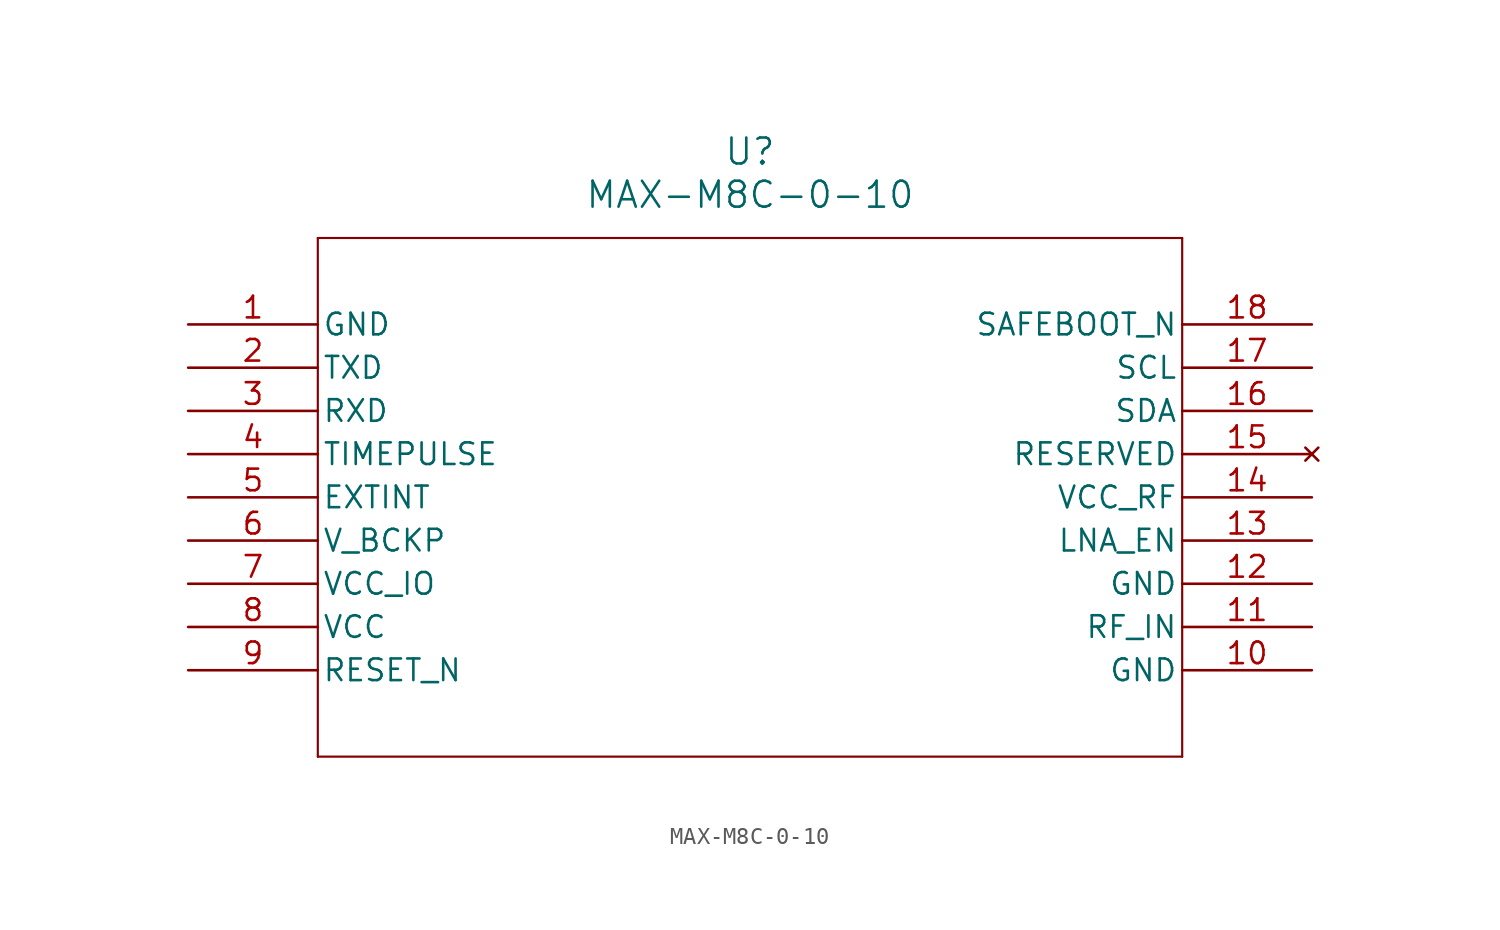
<source format=kicad_sym>
(kicad_symbol_lib
  (version 20211014)
  (generator kicad_symbol_editor)
  (symbol "MAX-M8C-0-10"
    (pin_names
      (offset 0.254))
    (property "Reference" "U"
      (at 33.02 10.16 0)
      (effects (font (size 1.524 1.524))))
    (property "Value" "MAX-M8C-0-10"
      (at 33.02 7.62 0)
      (effects (font (size 1.524 1.524))))
    (symbol "MAX-M8C-0-10_0_1"
      (polyline (pts (xy 7.62 5.08) (xy 7.62 -25.4)) (stroke (width 0.127) (type default) (color 0 0 0 0)) (fill (type none)))
      (polyline (pts (xy 7.62 -25.4) (xy 58.42 -25.4)) (stroke (width 0.127) (type default) (color 0 0 0 0)) (fill (type none)))
      (polyline (pts (xy 58.42 -25.4) (xy 58.42 5.08)) (stroke (width 0.127) (type default) (color 0 0 0 0)) (fill (type none)))
      (polyline (pts (xy 58.42 5.08) (xy 7.62 5.08)) (stroke (width 0.127) (type default) (color 0 0 0 0)) (fill (type none)))
      (pin power_out line (at 0 0 0) (length 7.62) (name "GND" (effects (font (size 1.27 1.27)))) (number "1" (effects (font (size 1.27 1.27)))))
      (pin output line (at 0 -2.54 0) (length 7.62) (name "TXD" (effects (font (size 1.27 1.27)))) (number "2" (effects (font (size 1.27 1.27)))))
      (pin input line (at 0 -5.08 0) (length 7.62) (name "RXD" (effects (font (size 1.27 1.27)))) (number "3" (effects (font (size 1.27 1.27)))))
      (pin output line (at 0 -7.62 0) (length 7.62) (name "TIMEPULSE" (effects (font (size 1.27 1.27)))) (number "4" (effects (font (size 1.27 1.27)))))
      (pin input line (at 0 -10.16 0) (length 7.62) (name "EXTINT" (effects (font (size 1.27 1.27)))) (number "5" (effects (font (size 1.27 1.27)))))
      (pin power_in line (at 0 -12.7 0) (length 7.62) (name "V_BCKP" (effects (font (size 1.27 1.27)))) (number "6" (effects (font (size 1.27 1.27)))))
      (pin power_in line (at 0 -15.24 0) (length 7.62) (name "VCC_IO" (effects (font (size 1.27 1.27)))) (number "7" (effects (font (size 1.27 1.27)))))
      (pin power_in line (at 0 -17.78 0) (length 7.62) (name "VCC" (effects (font (size 1.27 1.27)))) (number "8" (effects (font (size 1.27 1.27)))))
      (pin input line (at 0 -20.32 0) (length 7.62) (name "RESET_N" (effects (font (size 1.27 1.27)))) (number "9" (effects (font (size 1.27 1.27)))))
      (pin power_out line (at 66.04 -20.32 180) (length 7.62) (name "GND" (effects (font (size 1.27 1.27)))) (number "10" (effects (font (size 1.27 1.27)))))
      (pin input line (at 66.04 -17.78 180) (length 7.62) (name "RF_IN" (effects (font (size 1.27 1.27)))) (number "11" (effects (font (size 1.27 1.27)))))
      (pin power_out line (at 66.04 -15.24 180) (length 7.62) (name "GND" (effects (font (size 1.27 1.27)))) (number "12" (effects (font (size 1.27 1.27)))))
      (pin output line (at 66.04 -12.7 180) (length 7.62) (name "LNA_EN" (effects (font (size 1.27 1.27)))) (number "13" (effects (font (size 1.27 1.27)))))
      (pin power_in line (at 66.04 -10.16 180) (length 7.62) (name "VCC_RF" (effects (font (size 1.27 1.27)))) (number "14" (effects (font (size 1.27 1.27)))))
      (pin no_connect line (at 66.04 -7.62 180) (length 7.62) (name "RESERVED" (effects (font (size 1.27 1.27)))) (number "15" (effects (font (size 1.27 1.27)))))
      (pin bidirectional line (at 66.04 -5.08 180) (length 7.62) (name "SDA" (effects (font (size 1.27 1.27)))) (number "16" (effects (font (size 1.27 1.27)))))
      (pin bidirectional line (at 66.04 -2.54 180) (length 7.62) (name "SCL" (effects (font (size 1.27 1.27)))) (number "17" (effects (font (size 1.27 1.27)))))
      (pin input line (at 66.04 0 180) (length 7.62) (name "SAFEBOOT_N" (effects (font (size 1.27 1.27)))) (number "18" (effects (font (size 1.27 1.27))))))))
</source>
